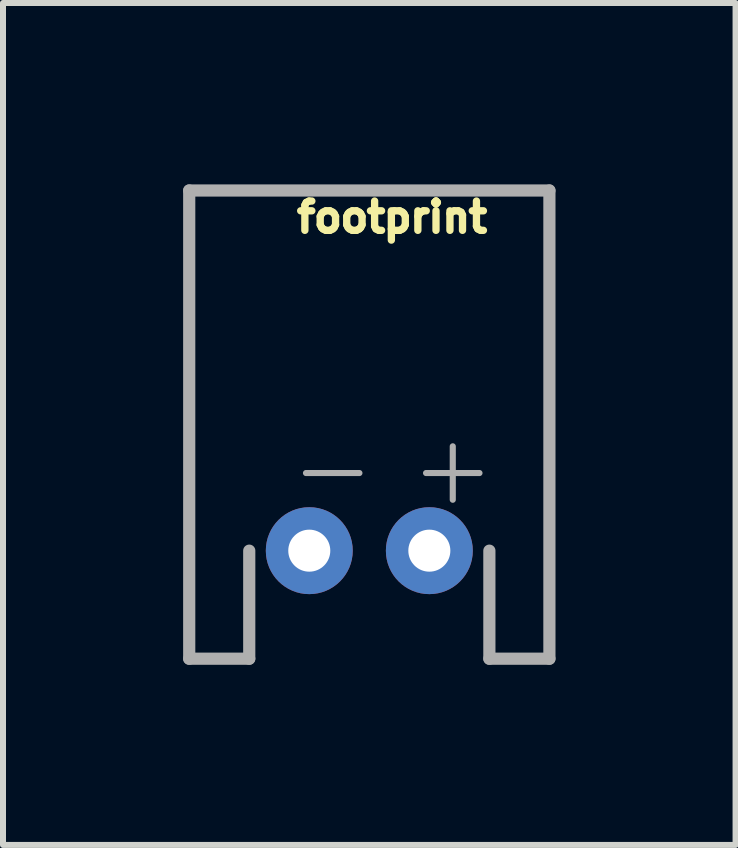
<source format=kicad_pcb>
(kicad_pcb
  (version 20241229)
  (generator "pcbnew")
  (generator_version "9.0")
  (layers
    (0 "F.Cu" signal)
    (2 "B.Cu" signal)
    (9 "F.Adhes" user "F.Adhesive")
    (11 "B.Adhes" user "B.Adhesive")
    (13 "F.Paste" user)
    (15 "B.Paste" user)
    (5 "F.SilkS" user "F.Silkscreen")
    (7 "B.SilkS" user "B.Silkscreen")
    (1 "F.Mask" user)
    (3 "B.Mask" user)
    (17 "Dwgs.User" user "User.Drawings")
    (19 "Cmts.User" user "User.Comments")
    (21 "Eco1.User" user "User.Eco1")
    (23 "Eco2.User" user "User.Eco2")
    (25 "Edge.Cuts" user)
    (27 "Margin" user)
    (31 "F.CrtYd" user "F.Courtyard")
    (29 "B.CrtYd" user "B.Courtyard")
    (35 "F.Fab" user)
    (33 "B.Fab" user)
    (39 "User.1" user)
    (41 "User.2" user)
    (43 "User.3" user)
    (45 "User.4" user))
  (footprint "footprint"
    (layer "F.Cu")
    (at 3.102 6.123)
    (property "Reference" "footprint" (at -1.27 -5.27 0) (layer "F.SilkS") (effects (font (size 0.488 0.488) (thickness 0.122)) (justify left bottom)))
    (fp_poly (pts (xy -0.866 -0.325) (xy -0.746 -0.245) (xy -0.647 -0.007) (xy -0.675 0.134) (xy -0.755 0.254) (xy -0.993 0.353) (xy -1.134 0.325) (xy -1.248 0.248) (xy -1.325 0.134) (xy -1.349 0.012) (xy -1.287 0.000001) (xy -1.349 -0.012) (xy -1.325 -0.134) (xy -1.248 -0.248) (xy -1.134 -0.325) (xy -1 -0.351)) (stroke (width 0) (type solid)) (fill yes) (layer "F.Mask"))
    (fp_poly (pts (xy 1.134 -0.325) (xy 1.254 -0.245) (xy 1.353 -0.007) (xy 1.325 0.134) (xy 1.245 0.254) (xy 1.013 0.35) (xy 0.994 0.35) (xy 0.866 0.325) (xy 0.752 0.248) (xy 0.675 0.134) (xy 0.651 0.012) (xy 0.713 0) (xy 0.651 -0.012) (xy 0.675 -0.134) (xy 0.752 -0.248) (xy 0.866 -0.325) (xy 1 -0.351)) (stroke (width 0) (type solid)) (fill yes) (layer "F.Mask"))
    (fp_poly (pts (xy -0.812 -0.7) (xy -0.638 -0.627) (xy -0.488 -0.512) (xy -0.373 -0.362) (xy -0.3 -0.188) (xy -0.276 -0.004) (xy -0.276 0.004) (xy -0.3 0.187) (xy -0.372 0.362) (xy -0.486 0.512) (xy -0.639 0.63) (xy -0.993 0.725) (xy -1.185 0.7) (xy -1.36 0.628) (xy -1.511 0.513) (xy -1.627 0.363) (xy -1.699 0.188) (xy -1.723 0.008) (xy -1.66 0.000001) (xy -1.723 -0.008) (xy -1.7 -0.188) (xy -1.627 -0.362) (xy -1.512 -0.512) (xy -1.359 -0.63) (xy -1.004 -0.725)) (stroke (width 0) (type solid)) (fill yes) (layer "B.Mask"))
    (fp_poly (pts (xy 1.188 -0.7) (xy 1.362 -0.627) (xy 1.512 -0.512) (xy 1.627 -0.362) (xy 1.7 -0.188) (xy 1.724 -0.000079) (xy 1.7 0.187) (xy 1.628 0.362) (xy 1.514 0.512) (xy 1.361 0.63) (xy 1.011 0.724) (xy 0.998 0.724) (xy 0.815 0.7) (xy 0.64 0.628) (xy 0.489 0.513) (xy 0.373 0.363) (xy 0.301 0.188) (xy 0.277 0.008) (xy 0.34 0.000001) (xy 0.277 -0.008) (xy 0.3 -0.188) (xy 0.373 -0.362) (xy 0.488 -0.512) (xy 0.641 -0.63) (xy 0.996 -0.725)) (stroke (width 0) (type solid)) (fill yes) (layer "B.Mask"))
    (fp_line (start -3 -6) (end 3 -6) (stroke (width 0.203) (type solid)) (layer "F.Fab"))
    (fp_line (start -3 1.8) (end -3 -6) (stroke (width 0.203) (type solid)) (layer "F.Fab"))
    (fp_line (start -2 0) (end -2 1.8) (stroke (width 0.203) (type solid)) (layer "F.Fab"))
    (fp_line (start -2 1.8) (end -3 1.8) (stroke (width 0.203) (type solid)) (layer "F.Fab"))
    (fp_line (start 2 1.8) (end 2 0) (stroke (width 0.203) (type solid)) (layer "F.Fab"))
    (fp_line (start 3 -6) (end 3 1.8) (stroke (width 0.203) (type solid)) (layer "F.Fab"))
    (fp_line (start 3 1.8) (end 2 1.8) (stroke (width 0.203) (type solid)) (layer "F.Fab"))
    (fp_text user "-" (at -1.4 -0.7 0) (layer "F.Fab") (effects (font (size 1.168 1.168) (thickness 0.102)) (justify left bottom)))
    (fp_text user "+" (at 0.6 -0.7 0) (layer "F.Fab") (effects (font (size 1.168 1.168) (thickness 0.102)) (justify left bottom)))
    (pad "1" thru_hole circle (at -1 0) (size 1.448 1.448) (drill 0.7) (layers "*.Cu"))
    (pad "2" thru_hole circle (at 1 0) (size 1.448 1.448) (drill 0.7) (layers "*.Cu")))
  (gr_rect
    (start -3 -3)
    (end 9.203 11.025)
    (stroke (width 0.1) (type default))
    (fill no)
    (layer "Edge.Cuts")))
</source>
